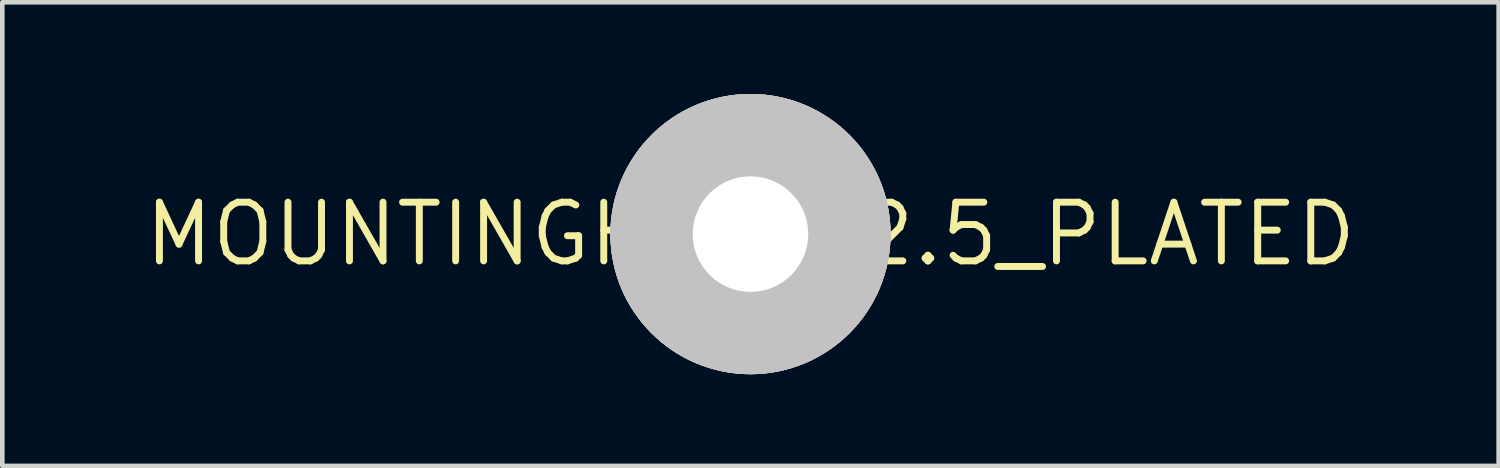
<source format=kicad_pcb>
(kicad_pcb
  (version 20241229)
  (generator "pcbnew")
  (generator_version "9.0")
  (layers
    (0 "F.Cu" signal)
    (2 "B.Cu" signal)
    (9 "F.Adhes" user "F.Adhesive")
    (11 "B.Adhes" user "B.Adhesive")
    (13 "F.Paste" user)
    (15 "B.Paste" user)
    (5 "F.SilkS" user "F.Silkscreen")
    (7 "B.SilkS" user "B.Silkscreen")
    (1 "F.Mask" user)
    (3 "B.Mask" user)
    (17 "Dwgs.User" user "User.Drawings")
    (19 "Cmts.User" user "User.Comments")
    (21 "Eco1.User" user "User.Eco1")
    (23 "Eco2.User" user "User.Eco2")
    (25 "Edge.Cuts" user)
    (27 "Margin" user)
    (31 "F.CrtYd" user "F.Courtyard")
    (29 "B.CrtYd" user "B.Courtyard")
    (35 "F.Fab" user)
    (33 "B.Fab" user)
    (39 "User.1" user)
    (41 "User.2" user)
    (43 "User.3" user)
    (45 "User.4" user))
  (footprint "MOUNTINGHOLE_2.5_PLATED"
    (layer "F.Cu")
    (at 13.191 2.016)
    (property "Reference" "MOUNTINGHOLE_2.5_PLATED" (at 0 0 0) (layer "F.SilkS") (effects (font (size 1.27 1.27) (thickness 0.15))))
    (attr through_hole)
    (fp_circle (center 0 0) (end 1.75 0) (stroke (width 0.152) (type solid)) (fill no) (layer "F.SilkS"))
    (fp_circle (center 0 0) (end 1 0) (stroke (width 2.032) (type solid)) (fill no) (layer "Dwgs.User"))
    (fp_circle (center 0 0) (end 1 0) (stroke (width 2.032) (type solid)) (fill no) (layer "Dwgs.User"))
    (fp_circle (center 0 0) (end 1 0) (stroke (width 2.032) (type solid)) (fill no) (layer "Dwgs.User"))
    (fp_circle (center 0 0) (end 1 0) (stroke (width 2.032) (type solid)) (fill no) (layer "Dwgs.User"))
    (pad "P$1" thru_hole circle (at 0 0) (size 3.2 3.2) (drill 2.5) (layers "*.Cu" "*.Mask")))
  (gr_rect
    (start -3 -3)
    (end 29.382 7.032)
    (stroke (width 0.1) (type default))
    (fill no)
    (layer "Edge.Cuts")))
</source>
